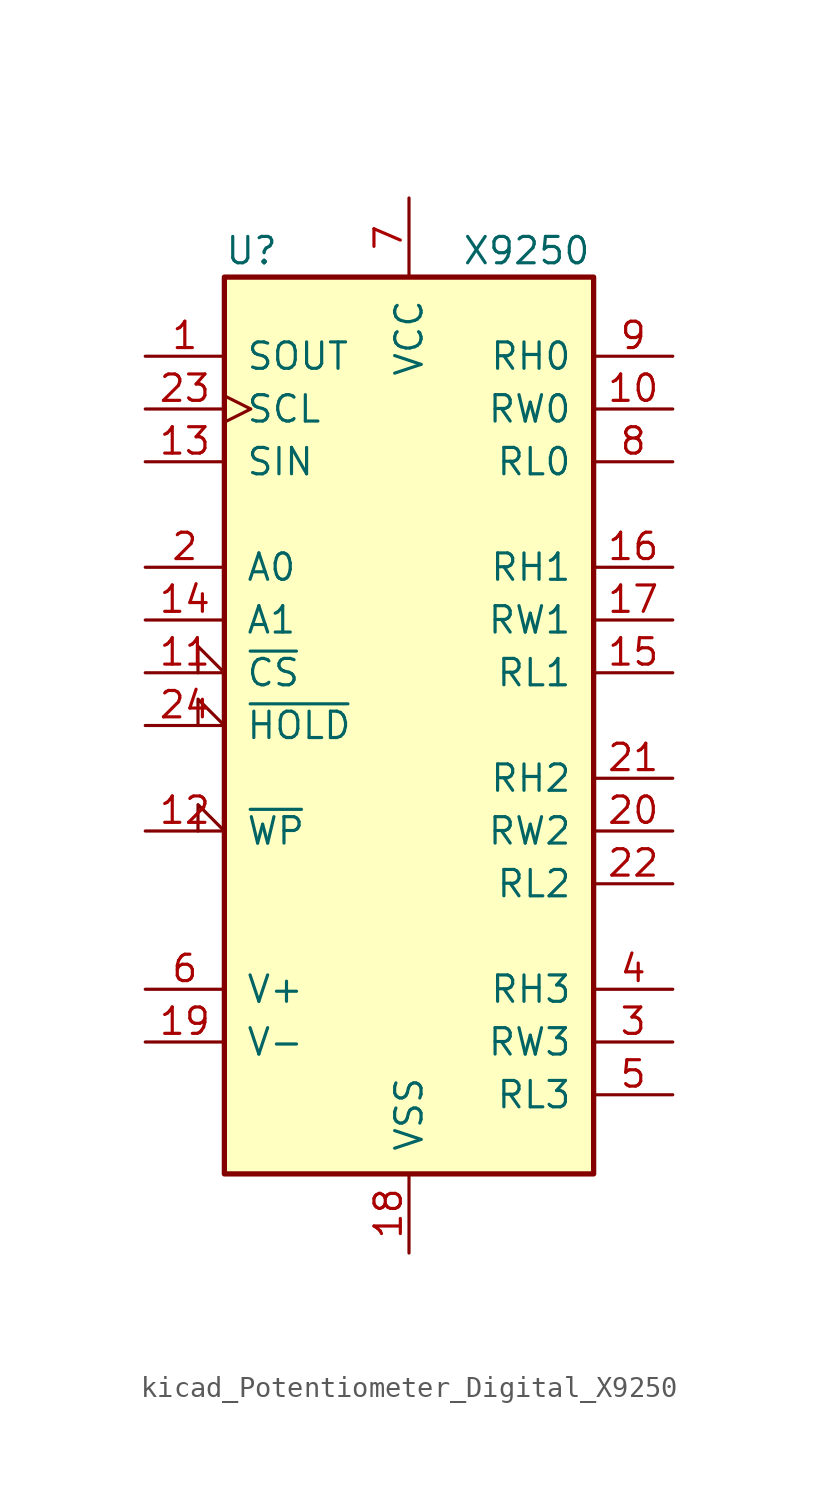
<source format=kicad_sym>
(kicad_symbol_lib
  (version 20220914)
  (generator kicad_symbol_editor)
  (symbol "kicad_Potentiometer_Digital_X9250"
    (pin_names
      (offset 1.016))
    (property "Reference" "U"
      (at -8.89 22.86 0)
      (effects (font (size 1.27 1.27)) (justify left)))
    (property "Value" "X9250"
      (at 2.54 22.86 0)
      (effects (font (size 1.27 1.27)) (justify left)))
    (symbol "kicad_Potentiometer_Digital_X9250_0_0"
      (pin input input_low (at -12.7 2.54 0) (length 3.81) (name "~{CS}" (effects (font (size 1.27 1.27)))) (number "11" (effects (font (size 1.27 1.27)))))
      (pin input line (at -12.7 12.7 0) (length 3.81) (name "SIN" (effects (font (size 1.27 1.27)))) (number "13" (effects (font (size 1.27 1.27)))))
      (pin input line (at -12.7 5.08 0) (length 3.81) (name "A1" (effects (font (size 1.27 1.27)))) (number "14" (effects (font (size 1.27 1.27)))))
      (pin power_in line (at 0 -25.4 90) (length 3.81) (name "VSS" (effects (font (size 1.27 1.27)))) (number "18" (effects (font (size 1.27 1.27)))))
      (pin passive line (at -12.7 -15.24 0) (length 3.81) (name "V-" (effects (font (size 1.27 1.27)))) (number "19" (effects (font (size 1.27 1.27)))))
      (pin input line (at -12.7 7.62 0) (length 3.81) (name "A0" (effects (font (size 1.27 1.27)))) (number "2" (effects (font (size 1.27 1.27)))))
      (pin input clock (at -12.7 15.24 0) (length 3.81) (name "SCL" (effects (font (size 1.27 1.27)))) (number "23" (effects (font (size 1.27 1.27)))))
      (pin input input_low (at -12.7 0 0) (length 3.81) (name "~{HOLD}" (effects (font (size 1.27 1.27)))) (number "24" (effects (font (size 1.27 1.27)))))
      (pin passive line (at -12.7 -12.7 0) (length 3.81) (name "V+" (effects (font (size 1.27 1.27)))) (number "6" (effects (font (size 1.27 1.27)))))
      (pin power_in line (at 0 25.4 270) (length 3.81) (name "VCC" (effects (font (size 1.27 1.27)))) (number "7" (effects (font (size 1.27 1.27))))))
    (symbol "kicad_Potentiometer_Digital_X9250_0_1"
      (rectangle (start -8.89 21.59) (end 8.89 -21.59) (stroke (width 0.254) (type default)) (fill (type background))))
    (symbol "kicad_Potentiometer_Digital_X9250_1_1"
      (pin output line (at -12.7 17.78 0) (length 3.81) (name "SOUT" (effects (font (size 1.27 1.27)))) (number "1" (effects (font (size 1.27 1.27)))))
      (pin passive line (at 12.7 15.24 180) (length 3.81) (name "RW0" (effects (font (size 1.27 1.27)))) (number "10" (effects (font (size 1.27 1.27)))))
      (pin input input_low (at -12.7 -5.08 0) (length 3.81) (name "~{WP}" (effects (font (size 1.27 1.27)))) (number "12" (effects (font (size 1.27 1.27)))))
      (pin passive line (at 12.7 2.54 180) (length 3.81) (name "RL1" (effects (font (size 1.27 1.27)))) (number "15" (effects (font (size 1.27 1.27)))))
      (pin passive line (at 12.7 7.62 180) (length 3.81) (name "RH1" (effects (font (size 1.27 1.27)))) (number "16" (effects (font (size 1.27 1.27)))))
      (pin passive line (at 12.7 5.08 180) (length 3.81) (name "RW1" (effects (font (size 1.27 1.27)))) (number "17" (effects (font (size 1.27 1.27)))))
      (pin passive line (at 12.7 -5.08 180) (length 3.81) (name "RW2" (effects (font (size 1.27 1.27)))) (number "20" (effects (font (size 1.27 1.27)))))
      (pin passive line (at 12.7 -2.54 180) (length 3.81) (name "RH2" (effects (font (size 1.27 1.27)))) (number "21" (effects (font (size 1.27 1.27)))))
      (pin passive line (at 12.7 -7.62 180) (length 3.81) (name "RL2" (effects (font (size 1.27 1.27)))) (number "22" (effects (font (size 1.27 1.27)))))
      (pin passive line (at 12.7 -15.24 180) (length 3.81) (name "RW3" (effects (font (size 1.27 1.27)))) (number "3" (effects (font (size 1.27 1.27)))))
      (pin passive line (at 12.7 -12.7 180) (length 3.81) (name "RH3" (effects (font (size 1.27 1.27)))) (number "4" (effects (font (size 1.27 1.27)))))
      (pin passive line (at 12.7 -17.78 180) (length 3.81) (name "RL3" (effects (font (size 1.27 1.27)))) (number "5" (effects (font (size 1.27 1.27)))))
      (pin passive line (at 12.7 12.7 180) (length 3.81) (name "RL0" (effects (font (size 1.27 1.27)))) (number "8" (effects (font (size 1.27 1.27)))))
      (pin passive line (at 12.7 17.78 180) (length 3.81) (name "RH0" (effects (font (size 1.27 1.27)))) (number "9" (effects (font (size 1.27 1.27))))))))
</source>
